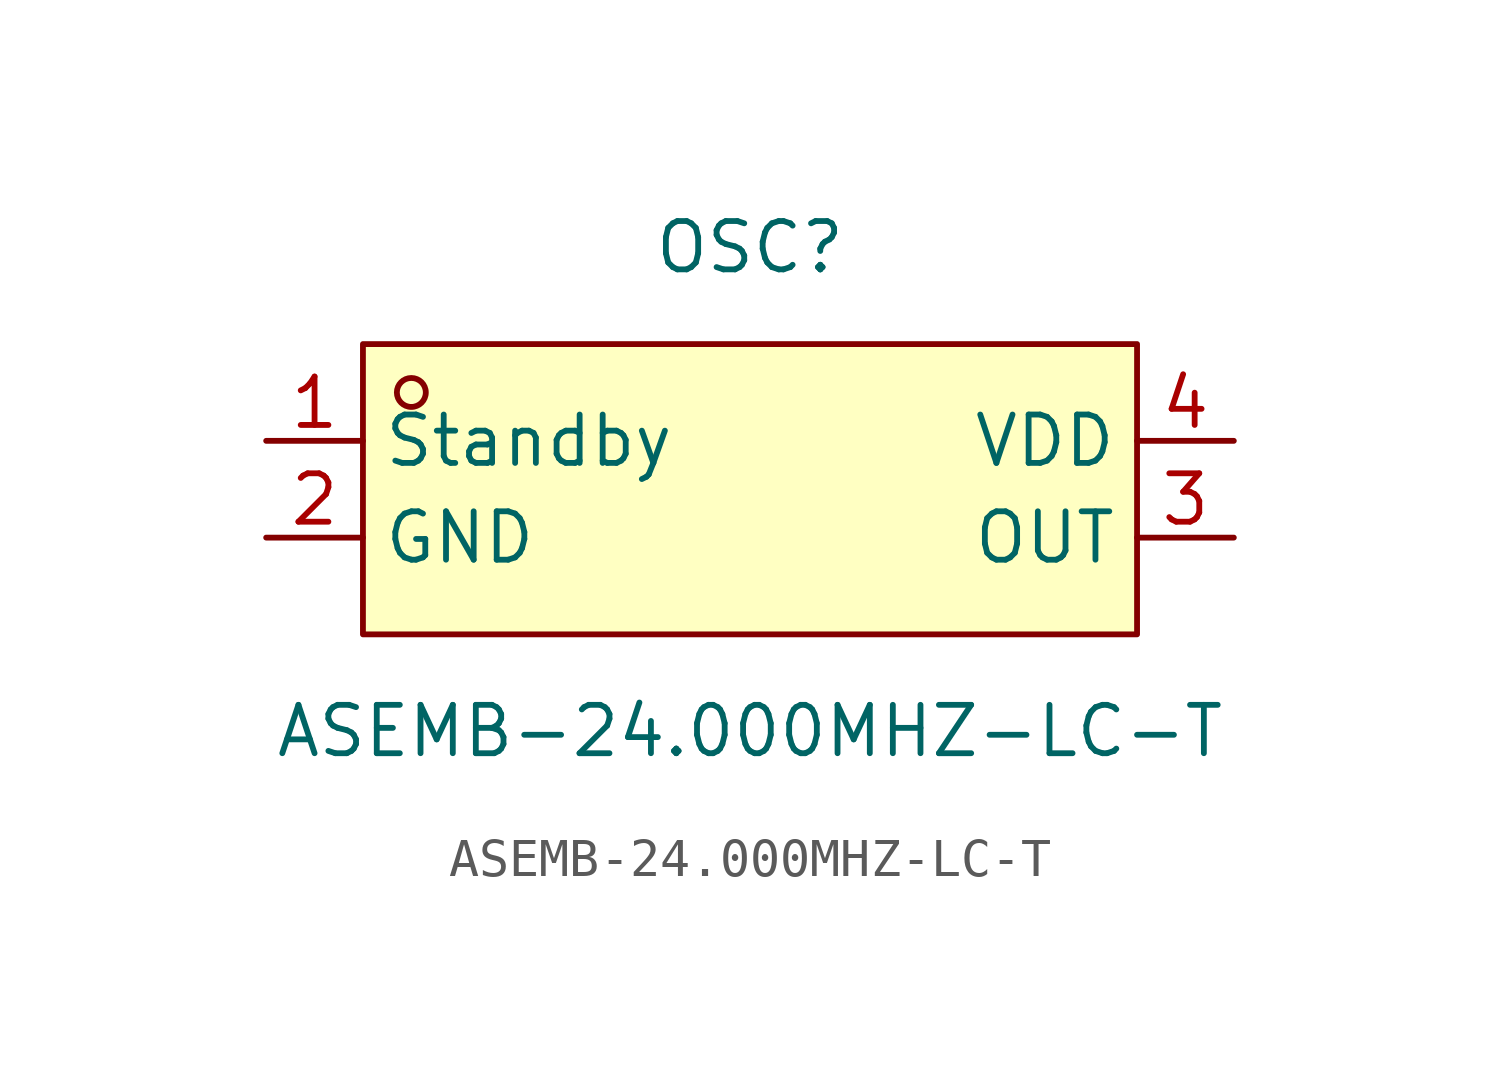
<source format=kicad_sym>
(kicad_symbol_lib
  (version 20211014)
  (generator https://github.com/uPesy/easyeda2kicad.py)
  (symbol "ASEMB-24.000MHZ-LC-T"
    (property "Reference" "OSC"
      (at 0 6.35 0)
      (effects (font (size 1.27 1.27))))
    (property "Value" "ASEMB-24.000MHZ-LC-T"
      (at 0 -6.35 0)
      (effects (font (size 1.27 1.27))))
    (symbol "ASEMB-24.000MHZ-LC-T_0_1"
      (rectangle (start -10.16 3.81) (end 10.16 -3.81) (stroke (width 0) (type default) (color 0 0 0 0)) (fill (type background)))
      (circle (center -8.89 2.54) (radius 0.38) (stroke (width 0) (type default) (color 0 0 0 0)) (fill (type none)))
      (pin unspecified line (at -12.70 1.27 0) (length 2.54) (name "Standby" (effects (font (size 1.27 1.27)))) (number "1" (effects (font (size 1.27 1.27)))))
      (pin unspecified line (at -12.70 -1.27 0) (length 2.54) (name "GND" (effects (font (size 1.27 1.27)))) (number "2" (effects (font (size 1.27 1.27)))))
      (pin unspecified line (at 12.70 -1.27 180) (length 2.54) (name "OUT" (effects (font (size 1.27 1.27)))) (number "3" (effects (font (size 1.27 1.27)))))
      (pin unspecified line (at 12.70 1.27 180) (length 2.54) (name "VDD" (effects (font (size 1.27 1.27)))) (number "4" (effects (font (size 1.27 1.27))))))))
</source>
